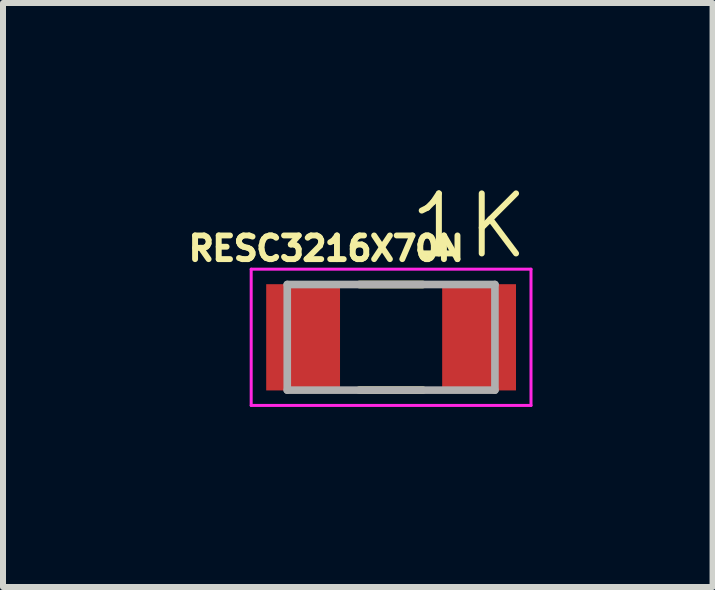
<source format=kicad_pcb>
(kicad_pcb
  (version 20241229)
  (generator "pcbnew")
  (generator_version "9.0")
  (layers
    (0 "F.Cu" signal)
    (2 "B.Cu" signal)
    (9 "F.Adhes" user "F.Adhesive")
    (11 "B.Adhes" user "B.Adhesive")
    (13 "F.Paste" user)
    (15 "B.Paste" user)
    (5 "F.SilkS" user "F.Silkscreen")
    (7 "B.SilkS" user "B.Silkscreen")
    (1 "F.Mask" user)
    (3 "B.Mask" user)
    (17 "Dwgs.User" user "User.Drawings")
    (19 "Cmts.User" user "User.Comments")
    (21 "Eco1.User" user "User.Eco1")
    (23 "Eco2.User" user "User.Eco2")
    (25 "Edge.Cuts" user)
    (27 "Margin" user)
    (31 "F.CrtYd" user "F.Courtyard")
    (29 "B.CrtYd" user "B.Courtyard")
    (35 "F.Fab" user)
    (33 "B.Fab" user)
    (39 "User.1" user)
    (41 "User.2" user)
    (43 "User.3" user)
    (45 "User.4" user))
  (footprint "RESC3216X70N"
    (layer "F.Cu")
    (at 3.466 2.57)
    (property "Reference" "RESC3216X70N" (at -1.08 -1.48 0) (layer "F.SilkS") (effects (font (size 0.394 0.394) (thickness 0.15))))
    (attr smd)
    (fp_line (start -0.53 -0.88) (end 0.53 -0.88) (stroke (width 0.127) (type solid)) (layer "F.SilkS"))
    (fp_line (start -0.53 0.88) (end 0.53 0.88) (stroke (width 0.127) (type solid)) (layer "F.SilkS"))
    (fp_line (start -2.331 -1.135) (end 2.331 -1.135) (stroke (width 0.05) (type solid)) (layer "F.CrtYd"))
    (fp_line (start -2.331 1.135) (end -2.331 -1.135) (stroke (width 0.05) (type solid)) (layer "F.CrtYd"))
    (fp_line (start -2.331 1.135) (end 2.331 1.135) (stroke (width 0.05) (type solid)) (layer "F.CrtYd"))
    (fp_line (start 2.331 1.135) (end 2.331 -1.135) (stroke (width 0.05) (type solid)) (layer "F.CrtYd"))
    (fp_line (start -1.73 0.88) (end -1.73 -0.88) (stroke (width 0.127) (type solid)) (layer "F.Fab"))
    (fp_line (start 1.73 -0.88) (end -1.73 -0.88) (stroke (width 0.127) (type solid)) (layer "F.Fab"))
    (fp_line (start 1.73 0.88) (end -1.73 0.88) (stroke (width 0.127) (type solid)) (layer "F.Fab"))
    (fp_line (start 1.73 0.88) (end 1.73 -0.88) (stroke (width 0.127) (type solid)) (layer "F.Fab"))
    (fp_text user "1K" (at 0.254 -1.27 0) (unlocked yes) (layer "F.SilkS") (effects (font (size 1 1) (thickness 0.1)) (justify left bottom)))
    (pad "1" smd rect (at -1.466 0) (size 1.23 1.77) (layers "F.Cu" "F.Mask" "F.Paste"))
    (pad "2" smd rect (at 1.466 0) (size 1.23 1.77) (layers "F.Cu" "F.Mask" "F.Paste")))
  (gr_rect
    (start -3 -3)
    (end 8.822 6.73)
    (stroke (width 0.1) (type default))
    (fill no)
    (layer "Edge.Cuts")))
</source>
